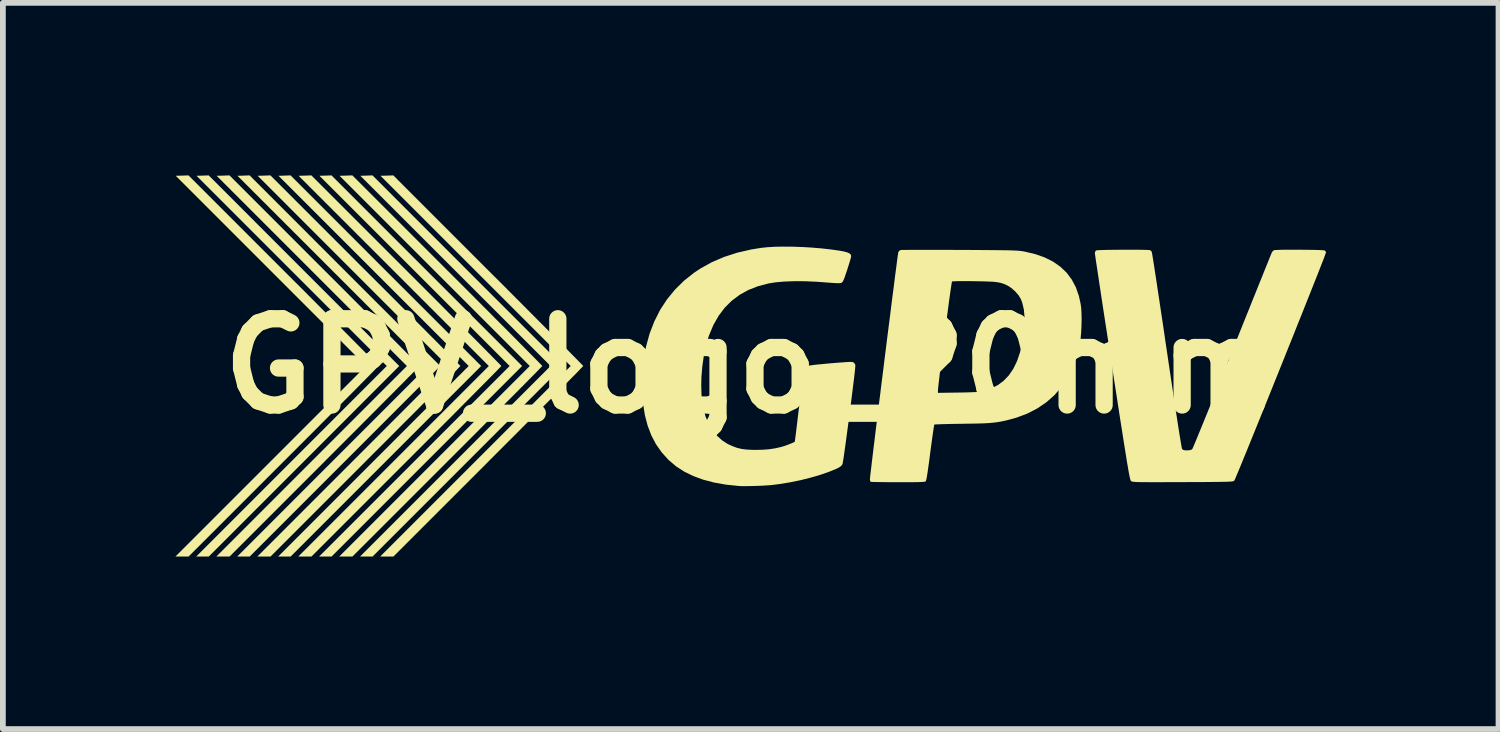
<source format=kicad_pcb>
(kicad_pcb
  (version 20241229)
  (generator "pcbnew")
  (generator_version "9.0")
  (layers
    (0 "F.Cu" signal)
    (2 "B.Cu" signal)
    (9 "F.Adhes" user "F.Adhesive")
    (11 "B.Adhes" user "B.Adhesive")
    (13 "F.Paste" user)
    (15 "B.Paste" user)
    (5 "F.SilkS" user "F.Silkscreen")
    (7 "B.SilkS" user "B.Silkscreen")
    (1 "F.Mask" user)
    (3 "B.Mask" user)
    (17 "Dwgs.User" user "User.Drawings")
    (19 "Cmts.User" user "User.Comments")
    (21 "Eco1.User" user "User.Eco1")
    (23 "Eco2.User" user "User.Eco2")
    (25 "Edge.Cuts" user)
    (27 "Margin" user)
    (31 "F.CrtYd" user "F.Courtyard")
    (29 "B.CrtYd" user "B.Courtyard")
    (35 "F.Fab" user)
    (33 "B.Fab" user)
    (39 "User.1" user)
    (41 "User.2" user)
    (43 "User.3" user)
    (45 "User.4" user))
  (footprint "GPV_logo_20mm"
    (layer "F.Cu")
    (at 10.008 3.315)
    (property "Reference" "GPV_logo_20mm" (at 0 0 0) (layer "F.SilkS") (effects (font (size 1.5 1.5) (thickness 0.3))))
    (attr board_only exclude_from_pos_files exclude_from_bom)
    (fp_poly (pts (xy -7.772 -1.657) (xy -6.115 -0.000034) (xy -7.771 1.657) (xy -9.428 3.314) (xy -9.537 3.314) (xy -9.646 3.314) (xy -7.989 1.657) (xy -6.332 -0.000034) (xy -7.986 -1.654) (xy -9.64 -3.308) (xy -9.535 -3.311) (xy -9.429 -3.315)) (stroke (width 0) (type solid)) (fill yes) (layer "F.SilkS"))
    (fp_poly (pts (xy -7.06 -1.657) (xy -5.402 -0.000034) (xy -7.059 1.657) (xy -8.716 3.314) (xy -8.825 3.314) (xy -8.933 3.314) (xy -7.277 1.657) (xy -5.62 -0.000034) (xy -7.274 -1.654) (xy -8.928 -3.308) (xy -8.822 -3.311) (xy -8.717 -3.315)) (stroke (width 0) (type solid)) (fill yes) (layer "F.SilkS"))
    (fp_poly (pts (xy -6.348 -1.657) (xy -4.69 -0.000034) (xy -6.347 1.657) (xy -8.004 3.314) (xy -8.113 3.314) (xy -8.221 3.314) (xy -6.564 1.657) (xy -4.907 -0.000034) (xy -6.561 -1.654) (xy -8.215 -3.308) (xy -8.11 -3.311) (xy -8.005 -3.315)) (stroke (width 0) (type solid)) (fill yes) (layer "F.SilkS"))
    (fp_poly (pts (xy -5.635 -1.657) (xy -3.978 -0.000034) (xy -5.635 1.657) (xy -7.292 3.314) (xy -7.4 3.314) (xy -7.509 3.314) (xy -5.852 1.657) (xy -4.195 -0.000034) (xy -5.849 -1.654) (xy -7.503 -3.308) (xy -7.398 -3.311) (xy -7.293 -3.315)) (stroke (width 0) (type solid)) (fill yes) (layer "F.SilkS"))
    (fp_poly (pts (xy -4.923 -1.657) (xy -3.266 -0.000034) (xy -4.922 1.657) (xy -6.579 3.314) (xy -6.688 3.314) (xy -6.797 3.314) (xy -5.14 1.657) (xy -3.483 -0.000034) (xy -5.137 -1.654) (xy -6.791 -3.308) (xy -6.686 -3.311) (xy -6.58 -3.315)) (stroke (width 0) (type solid)) (fill yes) (layer "F.SilkS"))
    (fp_poly (pts (xy -8.128 -1.663) (xy -7.962 -1.497) (xy -7.799 -1.335) (xy -7.643 -1.178) (xy -7.493 -1.027) (xy -7.349 -0.883) (xy -7.214 -0.747) (xy -7.087 -0.62) (xy -6.97 -0.502) (xy -6.864 -0.395) (xy -6.768 -0.298) (xy -6.685 -0.214) (xy -6.614 -0.142) (xy -6.557 -0.084) (xy -6.515 -0.041) (xy -6.488 -0.013) (xy -6.477 -0.000392) (xy -6.477 -0.000001) (xy -6.485 0.01) (xy -6.51 0.035) (xy -6.55 0.077) (xy -6.605 0.133) (xy -6.673 0.202) (xy -6.755 0.285) (xy -6.848 0.379) (xy -6.953 0.485) (xy -7.069 0.601) (xy -7.194 0.727) (xy -7.328 0.862) (xy -7.47 1.004) (xy -7.619 1.154) (xy -7.775 1.31) (xy -7.936 1.471) (xy -8.102 1.637) (xy -8.128 1.663) (xy -9.779 3.314) (xy -9.893 3.314) (xy -10.008 3.314) (xy -8.351 1.657) (xy -6.694 -0.000034) (xy -8.348 -1.654) (xy -10.002 -3.308) (xy -9.891 -3.311) (xy -9.78 -3.315)) (stroke (width 0) (type solid)) (fill yes) (layer "F.SilkS"))
    (fp_poly (pts (xy -7.416 -1.663) (xy -7.249 -1.497) (xy -7.087 -1.335) (xy -6.931 -1.178) (xy -6.78 -1.027) (xy -6.637 -0.883) (xy -6.502 -0.747) (xy -6.375 -0.62) (xy -6.258 -0.502) (xy -6.152 -0.395) (xy -6.056 -0.298) (xy -5.973 -0.214) (xy -5.902 -0.142) (xy -5.845 -0.084) (xy -5.803 -0.041) (xy -5.776 -0.013) (xy -5.765 -0.000392) (xy -5.764 -0.000001) (xy -5.773 0.01) (xy -5.798 0.035) (xy -5.838 0.077) (xy -5.892 0.133) (xy -5.961 0.202) (xy -6.042 0.285) (xy -6.136 0.379) (xy -6.241 0.485) (xy -6.357 0.601) (xy -6.482 0.727) (xy -6.616 0.862) (xy -6.758 1.004) (xy -6.907 1.154) (xy -7.063 1.31) (xy -7.224 1.471) (xy -7.39 1.637) (xy -7.415 1.663) (xy -9.066 3.314) (xy -9.181 3.314) (xy -9.296 3.314) (xy -7.639 1.657) (xy -5.982 -0.000034) (xy -7.636 -1.654) (xy -9.29 -3.308) (xy -9.178 -3.311) (xy -9.067 -3.315)) (stroke (width 0) (type solid)) (fill yes) (layer "F.SilkS"))
    (fp_poly (pts (xy -6.704 -1.663) (xy -6.537 -1.497) (xy -6.375 -1.335) (xy -6.218 -1.178) (xy -6.068 -1.027) (xy -5.925 -0.883) (xy -5.79 -0.747) (xy -5.663 -0.62) (xy -5.546 -0.502) (xy -5.439 -0.395) (xy -5.344 -0.298) (xy -5.26 -0.214) (xy -5.19 -0.142) (xy -5.133 -0.084) (xy -5.09 -0.041) (xy -5.063 -0.013) (xy -5.052 -0.000392) (xy -5.052 -0.000001) (xy -5.061 0.01) (xy -5.085 0.035) (xy -5.125 0.077) (xy -5.18 0.133) (xy -5.249 0.202) (xy -5.33 0.285) (xy -5.424 0.379) (xy -5.529 0.485) (xy -5.644 0.601) (xy -5.769 0.727) (xy -5.903 0.862) (xy -6.046 1.004) (xy -6.195 1.154) (xy -6.35 1.31) (xy -6.512 1.471) (xy -6.678 1.637) (xy -6.703 1.663) (xy -8.354 3.314) (xy -8.469 3.314) (xy -8.583 3.314) (xy -6.926 1.657) (xy -5.27 -0.000034) (xy -6.924 -1.654) (xy -8.577 -3.308) (xy -8.466 -3.311) (xy -8.355 -3.315)) (stroke (width 0) (type solid)) (fill yes) (layer "F.SilkS"))
    (fp_poly (pts (xy -5.991 -1.663) (xy -5.825 -1.497) (xy -5.663 -1.335) (xy -5.506 -1.178) (xy -5.356 -1.027) (xy -5.213 -0.883) (xy -5.077 -0.747) (xy -4.951 -0.62) (xy -4.834 -0.502) (xy -4.727 -0.395) (xy -4.632 -0.298) (xy -4.548 -0.214) (xy -4.478 -0.142) (xy -4.421 -0.084) (xy -4.378 -0.041) (xy -4.351 -0.013) (xy -4.34 -0.000392) (xy -4.34 -0.000001) (xy -4.348 0.01) (xy -4.373 0.035) (xy -4.413 0.077) (xy -4.468 0.133) (xy -4.536 0.202) (xy -4.618 0.285) (xy -4.712 0.379) (xy -4.817 0.485) (xy -4.932 0.601) (xy -5.057 0.727) (xy -5.191 0.862) (xy -5.333 1.004) (xy -5.483 1.154) (xy -5.638 1.31) (xy -5.799 1.471) (xy -5.965 1.637) (xy -5.991 1.663) (xy -7.642 3.314) (xy -7.756 3.314) (xy -7.871 3.314) (xy -6.214 1.657) (xy -4.557 -0.000034) (xy -6.211 -1.654) (xy -7.865 -3.308) (xy -7.754 -3.311) (xy -7.643 -3.315)) (stroke (width 0) (type solid)) (fill yes) (layer "F.SilkS"))
    (fp_poly (pts (xy -5.279 -1.663) (xy -5.112 -1.497) (xy -4.95 -1.335) (xy -4.794 -1.178) (xy -4.644 -1.027) (xy -4.5 -0.883) (xy -4.365 -0.747) (xy -4.238 -0.62) (xy -4.121 -0.502) (xy -4.015 -0.395) (xy -3.919 -0.298) (xy -3.836 -0.214) (xy -3.765 -0.142) (xy -3.708 -0.084) (xy -3.666 -0.041) (xy -3.639 -0.013) (xy -3.628 -0.000392) (xy -3.628 -0.000001) (xy -3.636 0.01) (xy -3.661 0.035) (xy -3.701 0.077) (xy -3.756 0.133) (xy -3.824 0.202) (xy -3.906 0.285) (xy -3.999 0.379) (xy -4.104 0.485) (xy -4.22 0.601) (xy -4.345 0.727) (xy -4.479 0.862) (xy -4.621 1.004) (xy -4.77 1.154) (xy -4.926 1.31) (xy -5.087 1.471) (xy -5.253 1.637) (xy -5.279 1.663) (xy -6.93 3.314) (xy -7.044 3.314) (xy -7.159 3.314) (xy -5.502 1.657) (xy -3.845 -0.000034) (xy -5.499 -1.654) (xy -7.153 -3.308) (xy -7.042 -3.311) (xy -6.93 -3.315)) (stroke (width 0) (type solid)) (fill yes) (layer "F.SilkS"))
    (fp_poly (pts (xy -4.567 -1.663) (xy -4.4 -1.497) (xy -4.238 -1.335) (xy -4.082 -1.178) (xy -3.931 -1.027) (xy -3.788 -0.883) (xy -3.653 -0.747) (xy -3.526 -0.62) (xy -3.409 -0.502) (xy -3.302 -0.395) (xy -3.207 -0.298) (xy -3.124 -0.214) (xy -3.053 -0.142) (xy -2.996 -0.084) (xy -2.954 -0.041) (xy -2.927 -0.013) (xy -2.916 -0.000392) (xy -2.915 -0.000001) (xy -2.924 0.01) (xy -2.949 0.035) (xy -2.989 0.077) (xy -3.043 0.133) (xy -3.112 0.202) (xy -3.193 0.285) (xy -3.287 0.379) (xy -3.392 0.485) (xy -3.507 0.601) (xy -3.633 0.727) (xy -3.767 0.862) (xy -3.909 1.004) (xy -4.058 1.154) (xy -4.214 1.31) (xy -4.375 1.471) (xy -4.541 1.637) (xy -4.566 1.663) (xy -6.217 3.314) (xy -6.332 3.314) (xy -6.447 3.314) (xy -4.79 1.657) (xy -3.133 -0.000034) (xy -4.787 -1.654) (xy -6.441 -3.308) (xy -6.329 -3.311) (xy -6.218 -3.315)) (stroke (width 0) (type solid)) (fill yes) (layer "F.SilkS"))
    (fp_poly (pts (xy 0.731 -2.075) (xy 0.896 -2.069) (xy 1.064 -2.059) (xy 1.23 -2.045) (xy 1.39 -2.027) (xy 1.525 -2.008) (xy 1.606 -1.994) (xy 1.666 -1.979) (xy 1.707 -1.963) (xy 1.732 -1.944) (xy 1.743 -1.922) (xy 1.744 -1.91) (xy 1.741 -1.89) (xy 1.73 -1.852) (xy 1.715 -1.799) (xy 1.695 -1.736) (xy 1.675 -1.672) (xy 1.649 -1.596) (xy 1.63 -1.539) (xy 1.614 -1.499) (xy 1.601 -1.473) (xy 1.589 -1.457) (xy 1.577 -1.448) (xy 1.575 -1.447) (xy 1.556 -1.442) (xy 1.526 -1.44) (xy 1.481 -1.441) (xy 1.418 -1.445) (xy 1.364 -1.449) (xy 1.149 -1.465) (xy 0.947 -1.474) (xy 0.759 -1.475) (xy 0.588 -1.469) (xy 0.436 -1.456) (xy 0.308 -1.436) (xy 0.125 -1.388) (xy -0.044 -1.322) (xy -0.197 -1.237) (xy -0.334 -1.134) (xy -0.455 -1.013) (xy -0.561 -0.873) (xy -0.651 -0.715) (xy -0.725 -0.539) (xy -0.743 -0.488) (xy -0.786 -0.335) (xy -0.82 -0.166) (xy -0.845 0.013) (xy -0.86 0.195) (xy -0.863 0.334) (xy -0.859 0.492) (xy -0.846 0.631) (xy -0.823 0.757) (xy -0.79 0.873) (xy -0.745 0.983) (xy -0.733 1.008) (xy -0.67 1.115) (xy -0.591 1.211) (xy -0.5 1.293) (xy -0.403 1.356) (xy -0.392 1.361) (xy -0.312 1.397) (xy -0.238 1.424) (xy -0.162 1.442) (xy -0.078 1.453) (xy 0.019 1.458) (xy 0.085 1.459) (xy 0.211 1.456) (xy 0.323 1.447) (xy 0.427 1.431) (xy 0.534 1.406) (xy 0.561 1.398) (xy 0.598 1.386) (xy 0.641 1.37) (xy 0.686 1.353) (xy 0.726 1.336) (xy 0.754 1.323) (xy 0.763 1.317) (xy 0.765 1.305) (xy 0.77 1.271) (xy 0.777 1.218) (xy 0.786 1.147) (xy 0.796 1.062) (xy 0.808 0.964) (xy 0.821 0.855) (xy 0.835 0.739) (xy 0.839 0.711) (xy 0.853 0.592) (xy 0.867 0.478) (xy 0.881 0.373) (xy 0.893 0.279) (xy 0.903 0.199) (xy 0.912 0.135) (xy 0.919 0.089) (xy 0.924 0.064) (xy 0.924 0.062) (xy 0.941 0.026) (xy 0.968 0.004) (xy 0.976 0.000341) (xy 0.997 -0.005) (xy 1.039 -0.011) (xy 1.099 -0.019) (xy 1.173 -0.027) (xy 1.258 -0.035) (xy 1.351 -0.044) (xy 1.388 -0.047) (xy 1.493 -0.056) (xy 1.578 -0.062) (xy 1.643 -0.067) (xy 1.693 -0.07) (xy 1.729 -0.071) (xy 1.754 -0.07) (xy 1.772 -0.067) (xy 1.783 -0.063) (xy 1.789 -0.06) (xy 1.812 -0.032) (xy 1.817 -0.005) (xy 1.815 0.02) (xy 1.811 0.066) (xy 1.804 0.13) (xy 1.795 0.21) (xy 1.783 0.304) (xy 1.77 0.409) (xy 1.756 0.522) (xy 1.741 0.642) (xy 1.725 0.766) (xy 1.709 0.892) (xy 1.692 1.016) (xy 1.676 1.138) (xy 1.66 1.254) (xy 1.646 1.361) (xy 1.632 1.459) (xy 1.62 1.544) (xy 1.61 1.613) (xy 1.601 1.665) (xy 1.596 1.697) (xy 1.593 1.706) (xy 1.578 1.73) (xy 1.554 1.751) (xy 1.515 1.774) (xy 1.488 1.787) (xy 1.356 1.841) (xy 1.206 1.893) (xy 1.041 1.941) (xy 0.866 1.985) (xy 0.686 2.022) (xy 0.506 2.052) (xy 0.368 2.069) (xy 0.311 2.074) (xy 0.238 2.079) (xy 0.156 2.083) (xy 0.07 2.086) (xy -0.015 2.088) (xy -0.092 2.089) (xy -0.157 2.089) (xy -0.203 2.087) (xy -0.205 2.087) (xy -0.434 2.063) (xy -0.642 2.026) (xy -0.831 1.976) (xy -1.003 1.913) (xy -1.158 1.837) (xy -1.298 1.747) (xy -1.422 1.642) (xy -1.437 1.628) (xy -1.552 1.5) (xy -1.65 1.36) (xy -1.731 1.206) (xy -1.795 1.038) (xy -1.843 0.855) (xy -1.875 0.656) (xy -1.89 0.44) (xy -1.89 0.207) (xy -1.888 0.149) (xy -1.865 -0.101) (xy -1.823 -0.338) (xy -1.761 -0.563) (xy -1.679 -0.775) (xy -1.579 -0.974) (xy -1.459 -1.158) (xy -1.32 -1.328) (xy -1.164 -1.482) (xy -0.989 -1.621) (xy -0.873 -1.698) (xy -0.677 -1.806) (xy -0.465 -1.897) (xy -0.236 -1.971) (xy 0.009 -2.027) (xy 0.175 -2.054) (xy 0.289 -2.066) (xy 0.423 -2.074) (xy 0.571 -2.076)) (stroke (width 0) (type solid)) (fill yes) (layer "F.SilkS"))
    (fp_poly (pts (xy 6.714 -2.022) (xy 6.79 -2.021) (xy 6.855 -2.02) (xy 6.904 -2.018) (xy 6.934 -2.016) (xy 6.941 -2.015) (xy 6.963 -1.998) (xy 6.971 -1.986) (xy 6.974 -1.972) (xy 6.981 -1.935) (xy 6.99 -1.878) (xy 7.003 -1.8) (xy 7.018 -1.704) (xy 7.035 -1.591) (xy 7.055 -1.462) (xy 7.076 -1.319) (xy 7.1 -1.163) (xy 7.125 -0.995) (xy 7.152 -0.817) (xy 7.18 -0.63) (xy 7.208 -0.436) (xy 7.232 -0.277) (xy 7.267 -0.041) (xy 7.3 0.18) (xy 7.331 0.387) (xy 7.359 0.577) (xy 7.386 0.751) (xy 7.41 0.907) (xy 7.431 1.044) (xy 7.45 1.163) (xy 7.466 1.262) (xy 7.479 1.34) (xy 7.489 1.396) (xy 7.495 1.429) (xy 7.498 1.44) (xy 7.512 1.455) (xy 7.532 1.464) (xy 7.566 1.467) (xy 7.586 1.467) (xy 7.632 1.464) (xy 7.661 1.456) (xy 7.676 1.445) (xy 7.683 1.431) (xy 7.698 1.396) (xy 7.721 1.342) (xy 7.752 1.268) (xy 7.789 1.177) (xy 7.833 1.07) (xy 7.883 0.948) (xy 7.938 0.813) (xy 7.998 0.665) (xy 8.063 0.505) (xy 8.131 0.336) (xy 8.203 0.158) (xy 8.277 -0.027) (xy 8.354 -0.219) (xy 8.371 -0.261) (xy 8.448 -0.454) (xy 8.523 -0.641) (xy 8.595 -0.821) (xy 8.664 -0.992) (xy 8.729 -1.155) (xy 8.79 -1.306) (xy 8.846 -1.445) (xy 8.897 -1.571) (xy 8.941 -1.682) (xy 8.98 -1.777) (xy 9.011 -1.855) (xy 9.035 -1.915) (xy 9.052 -1.955) (xy 9.06 -1.975) (xy 9.06 -1.976) (xy 9.08 -2.002) (xy 9.101 -2.015) (xy 9.122 -2.017) (xy 9.164 -2.019) (xy 9.222 -2.021) (xy 9.293 -2.022) (xy 9.374 -2.022) (xy 9.461 -2.022) (xy 9.552 -2.022) (xy 9.641 -2.021) (xy 9.727 -2.02) (xy 9.806 -2.019) (xy 9.874 -2.017) (xy 9.927 -2.015) (xy 9.964 -2.012) (xy 9.979 -2.01) (xy 9.997 -1.99) (xy 10.002 -1.975) (xy 9.997 -1.961) (xy 9.984 -1.925) (xy 9.964 -1.87) (xy 9.935 -1.797) (xy 9.9 -1.707) (xy 9.859 -1.602) (xy 9.811 -1.482) (xy 9.759 -1.35) (xy 9.702 -1.207) (xy 9.641 -1.054) (xy 9.577 -0.892) (xy 9.509 -0.724) (xy 9.44 -0.549) (xy 9.368 -0.371) (xy 9.295 -0.189) (xy 9.222 -0.006) (xy 9.148 0.177) (xy 9.075 0.359) (xy 9.003 0.538) (xy 8.932 0.713) (xy 8.864 0.882) (xy 8.798 1.045) (xy 8.735 1.2) (xy 8.676 1.345) (xy 8.622 1.479) (xy 8.572 1.6) (xy 8.528 1.708) (xy 8.49 1.8) (xy 8.458 1.876) (xy 8.434 1.934) (xy 8.417 1.973) (xy 8.408 1.991) (xy 8.408 1.992) (xy 8.402 1.997) (xy 8.396 2) (xy 8.386 2.004) (xy 8.371 2.007) (xy 8.35 2.009) (xy 8.32 2.011) (xy 8.28 2.013) (xy 8.229 2.014) (xy 8.164 2.015) (xy 8.085 2.016) (xy 7.988 2.017) (xy 7.874 2.018) (xy 7.739 2.018) (xy 7.582 2.019) (xy 7.51 2.019) (xy 7.344 2.02) (xy 7.199 2.02) (xy 7.076 2.021) (xy 6.972 2.021) (xy 6.885 2.02) (xy 6.814 2.02) (xy 6.757 2.019) (xy 6.712 2.018) (xy 6.678 2.016) (xy 6.653 2.014) (xy 6.636 2.011) (xy 6.624 2.008) (xy 6.616 2.004) (xy 6.611 2.001) (xy 6.608 1.997) (xy 6.604 1.989) (xy 6.6 1.977) (xy 6.595 1.959) (xy 6.589 1.935) (xy 6.582 1.902) (xy 6.574 1.861) (xy 6.565 1.81) (xy 6.555 1.749) (xy 6.542 1.675) (xy 6.528 1.588) (xy 6.512 1.487) (xy 6.493 1.37) (xy 6.472 1.238) (xy 6.449 1.088) (xy 6.422 0.919) (xy 6.393 0.731) (xy 6.361 0.523) (xy 6.325 0.293) (xy 6.286 0.04) (xy 6.284 0.022) (xy 6.251 -0.193) (xy 6.219 -0.401) (xy 6.188 -0.602) (xy 6.158 -0.795) (xy 6.13 -0.977) (xy 6.104 -1.148) (xy 6.08 -1.306) (xy 6.058 -1.451) (xy 6.039 -1.58) (xy 6.022 -1.693) (xy 6.007 -1.788) (xy 5.996 -1.864) (xy 5.988 -1.921) (xy 5.983 -1.955) (xy 5.982 -1.967) (xy 5.991 -1.996) (xy 6.005 -2.01) (xy 6.022 -2.012) (xy 6.059 -2.015) (xy 6.115 -2.017) (xy 6.184 -2.019) (xy 6.264 -2.02) (xy 6.352 -2.021) (xy 6.444 -2.022) (xy 6.538 -2.022) (xy 6.629 -2.022)) (stroke (width 0) (type solid)) (fill yes) (layer "F.SilkS"))
    (fp_poly (pts (xy 3.256 -2.02) (xy 3.399 -2.02) (xy 3.55 -2.019) (xy 3.635 -2.019) (xy 3.814 -2.018) (xy 3.971 -2.017) (xy 4.108 -2.016) (xy 4.225 -2.015) (xy 4.325 -2.014) (xy 4.41 -2.013) (xy 4.482 -2.012) (xy 4.541 -2.01) (xy 4.59 -2.008) (xy 4.631 -2.006) (xy 4.665 -2.003) (xy 4.694 -2) (xy 4.719 -1.997) (xy 4.744 -1.993) (xy 4.768 -1.988) (xy 4.769 -1.988) (xy 4.951 -1.944) (xy 5.114 -1.886) (xy 5.259 -1.813) (xy 5.384 -1.725) (xy 5.491 -1.623) (xy 5.58 -1.504) (xy 5.651 -1.37) (xy 5.704 -1.22) (xy 5.735 -1.08) (xy 5.745 -1.002) (xy 5.75 -0.906) (xy 5.752 -0.799) (xy 5.749 -0.687) (xy 5.743 -0.576) (xy 5.734 -0.473) (xy 5.721 -0.383) (xy 5.717 -0.365) (xy 5.665 -0.158) (xy 5.595 0.033) (xy 5.507 0.207) (xy 5.402 0.365) (xy 5.28 0.506) (xy 5.14 0.63) (xy 4.984 0.736) (xy 4.811 0.826) (xy 4.622 0.897) (xy 4.505 0.93) (xy 4.439 0.947) (xy 4.379 0.96) (xy 4.321 0.971) (xy 4.262 0.98) (xy 4.2 0.987) (xy 4.13 0.993) (xy 4.05 0.997) (xy 3.956 1) (xy 3.846 1.002) (xy 3.715 1.004) (xy 3.676 1.005) (xy 3.571 1.006) (xy 3.473 1.008) (xy 3.386 1.01) (xy 3.312 1.012) (xy 3.253 1.014) (xy 3.212 1.016) (xy 3.192 1.018) (xy 3.19 1.018) (xy 3.187 1.032) (xy 3.181 1.067) (xy 3.173 1.12) (xy 3.162 1.19) (xy 3.151 1.273) (xy 3.138 1.368) (xy 3.124 1.471) (xy 3.119 1.509) (xy 3.103 1.638) (xy 3.088 1.743) (xy 3.076 1.829) (xy 3.066 1.895) (xy 3.057 1.945) (xy 3.05 1.979) (xy 3.043 1.999) (xy 3.038 2.007) (xy 3.027 2.011) (xy 3.005 2.014) (xy 2.968 2.017) (xy 2.916 2.019) (xy 2.846 2.02) (xy 2.758 2.021) (xy 2.648 2.021) (xy 2.56 2.021) (xy 2.457 2.021) (xy 2.361 2.02) (xy 2.275 2.019) (xy 2.201 2.018) (xy 2.144 2.017) (xy 2.105 2.016) (xy 2.086 2.014) (xy 2.085 2.014) (xy 2.075 1.999) (xy 2.07 1.971) (xy 2.07 1.968) (xy 2.072 1.95) (xy 2.076 1.91) (xy 2.083 1.849) (xy 2.093 1.768) (xy 2.104 1.671) (xy 2.118 1.557) (xy 2.133 1.429) (xy 2.151 1.287) (xy 2.169 1.135) (xy 2.189 0.973) (xy 2.21 0.802) (xy 2.232 0.625) (xy 2.255 0.442) (xy 2.256 0.431) (xy 3.253 0.431) (xy 3.253 0.467) (xy 3.601 0.462) (xy 3.71 0.46) (xy 3.799 0.458) (xy 3.87 0.455) (xy 3.927 0.452) (xy 3.972 0.447) (xy 4.009 0.442) (xy 4.038 0.436) (xy 4.171 0.394) (xy 4.29 0.335) (xy 4.395 0.258) (xy 4.486 0.163) (xy 4.564 0.048) (xy 4.629 -0.085) (xy 4.681 -0.239) (xy 4.722 -0.413) (xy 4.738 -0.511) (xy 4.757 -0.685) (xy 4.76 -0.841) (xy 4.748 -0.979) (xy 4.72 -1.099) (xy 4.696 -1.162) (xy 4.656 -1.229) (xy 4.6 -1.294) (xy 4.535 -1.353) (xy 4.474 -1.393) (xy 4.435 -1.413) (xy 4.397 -1.429) (xy 4.357 -1.442) (xy 4.314 -1.452) (xy 4.263 -1.46) (xy 4.201 -1.466) (xy 4.125 -1.469) (xy 4.032 -1.472) (xy 3.919 -1.474) (xy 3.881 -1.475) (xy 3.789 -1.476) (xy 3.704 -1.476) (xy 3.63 -1.476) (xy 3.569 -1.475) (xy 3.525 -1.473) (xy 3.502 -1.471) (xy 3.498 -1.47) (xy 3.495 -1.457) (xy 3.489 -1.422) (xy 3.481 -1.368) (xy 3.47 -1.296) (xy 3.458 -1.21) (xy 3.444 -1.11) (xy 3.43 -1) (xy 3.414 -0.881) (xy 3.397 -0.756) (xy 3.381 -0.627) (xy 3.364 -0.496) (xy 3.347 -0.365) (xy 3.331 -0.237) (xy 3.315 -0.114) (xy 3.301 0.002) (xy 3.288 0.109) (xy 3.277 0.205) (xy 3.267 0.287) (xy 3.26 0.353) (xy 3.255 0.401) (xy 3.254 0.429) (xy 3.253 0.431) (xy 2.256 0.431) (xy 2.278 0.256) (xy 2.302 0.067) (xy 2.325 -0.122) (xy 2.349 -0.31) (xy 2.372 -0.496) (xy 2.395 -0.677) (xy 2.418 -0.853) (xy 2.439 -1.022) (xy 2.459 -1.183) (xy 2.479 -1.333) (xy 2.496 -1.471) (xy 2.512 -1.596) (xy 2.527 -1.707) (xy 2.539 -1.801) (xy 2.549 -1.877) (xy 2.557 -1.934) (xy 2.562 -1.969) (xy 2.565 -1.983) (xy 2.585 -2.007) (xy 2.605 -2.016) (xy 2.621 -2.018) (xy 2.66 -2.018) (xy 2.719 -2.019) (xy 2.796 -2.02) (xy 2.891 -2.02) (xy 3 -2.02) (xy 3.122 -2.02)) (stroke (width 0) (type solid)) (fill yes) (layer "F.SilkS")))
  (gr_rect
    (start -3 -3)
    (end 23.01 9.629)
    (stroke (width 0.1) (type default))
    (fill no)
    (layer "Edge.Cuts")))
</source>
